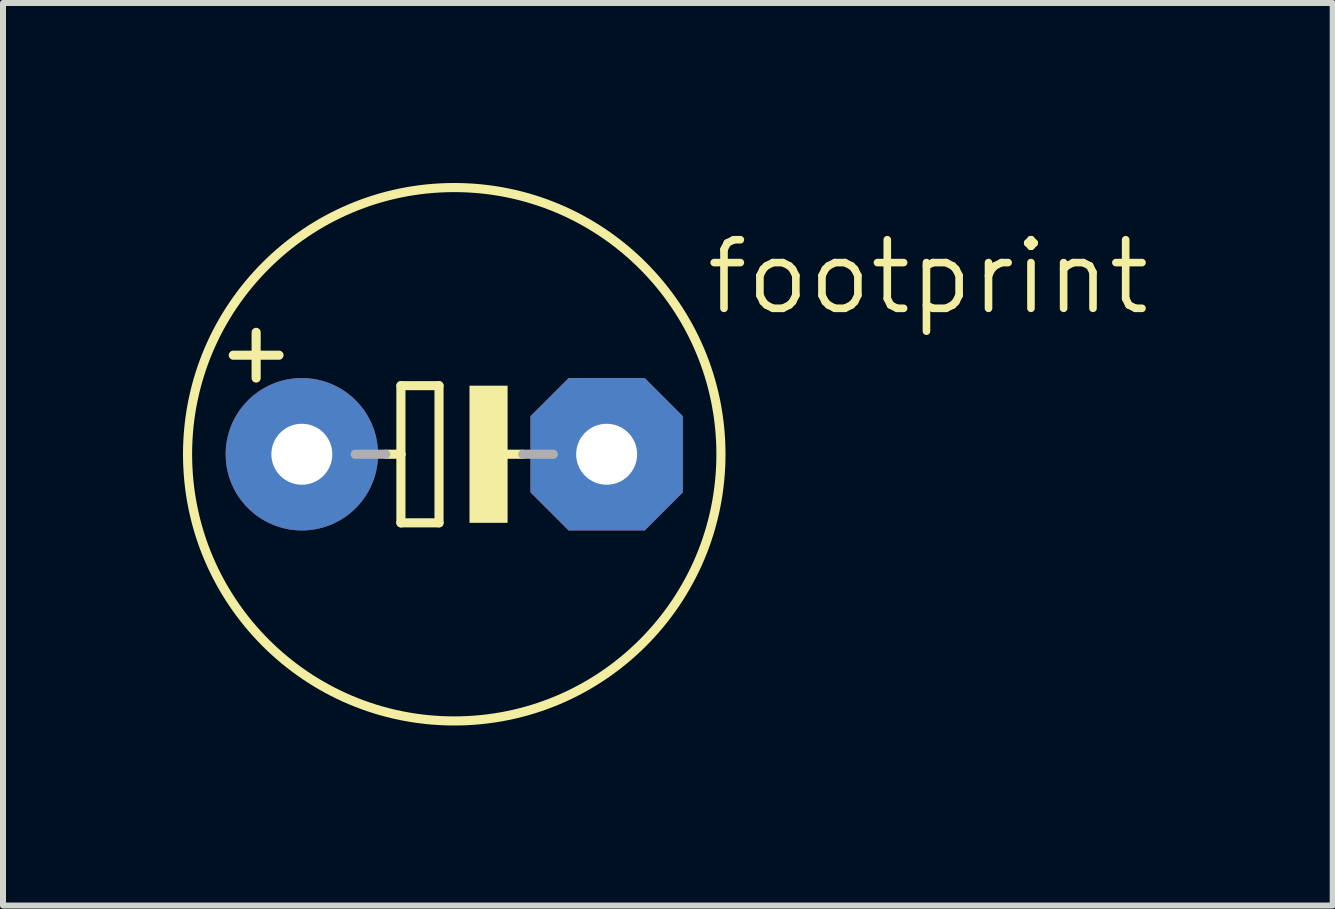
<source format=kicad_pcb>
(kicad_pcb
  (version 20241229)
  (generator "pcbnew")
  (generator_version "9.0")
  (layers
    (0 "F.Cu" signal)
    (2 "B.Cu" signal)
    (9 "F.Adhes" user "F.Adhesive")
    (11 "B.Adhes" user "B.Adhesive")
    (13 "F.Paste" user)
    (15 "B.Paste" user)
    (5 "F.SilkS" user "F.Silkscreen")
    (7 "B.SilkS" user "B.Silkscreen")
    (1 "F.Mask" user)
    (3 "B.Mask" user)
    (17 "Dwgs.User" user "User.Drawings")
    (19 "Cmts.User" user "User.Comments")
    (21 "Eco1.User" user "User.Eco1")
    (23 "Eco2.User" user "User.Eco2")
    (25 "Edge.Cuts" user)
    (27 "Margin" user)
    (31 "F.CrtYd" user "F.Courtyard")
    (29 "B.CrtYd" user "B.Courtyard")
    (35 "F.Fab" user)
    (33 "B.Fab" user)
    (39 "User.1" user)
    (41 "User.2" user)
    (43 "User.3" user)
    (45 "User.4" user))
  (footprint "footprint"
    (layer "F.Cu")
    (at 4.521 4.521)
    (property "Reference" "footprint" (at 4.14 -2.286 0) (layer "F.SilkS") (effects (font (size 1.143 1.143) (thickness 0.127)) (justify left bottom)))
    (fp_line (start -3.683 -1.651) (end -2.921 -1.651) (stroke (width 0.152) (type solid)) (layer "F.SilkS"))
    (fp_line (start -3.302 -2.032) (end -3.302 -1.27) (stroke (width 0.152) (type solid)) (layer "F.SilkS"))
    (fp_line (start -1.143 0) (end -0.889 0) (stroke (width 0.152) (type solid)) (layer "F.SilkS"))
    (fp_line (start -0.889 -1.143) (end -0.889 0) (stroke (width 0.152) (type solid)) (layer "F.SilkS"))
    (fp_line (start -0.889 0) (end -0.889 1.143) (stroke (width 0.152) (type solid)) (layer "F.SilkS"))
    (fp_line (start -0.889 1.143) (end -0.254 1.143) (stroke (width 0.152) (type solid)) (layer "F.SilkS"))
    (fp_line (start -0.254 -1.143) (end -0.889 -1.143) (stroke (width 0.152) (type solid)) (layer "F.SilkS"))
    (fp_line (start -0.254 1.143) (end -0.254 -1.143) (stroke (width 0.152) (type solid)) (layer "F.SilkS"))
    (fp_line (start 0.635 0) (end 1.143 0) (stroke (width 0.152) (type solid)) (layer "F.SilkS"))
    (fp_circle (center 0 0) (end 4.445 0) (stroke (width 0.152) (type solid)) (fill no) (layer "F.SilkS"))
    (fp_poly (pts (xy 0.254 1.143) (xy 0.889 1.143) (xy 0.889 -1.143) (xy 0.254 -1.143)) (stroke (width 0) (type solid)) (fill yes) (layer "F.SilkS"))
    (fp_line (start -1.651 0) (end -1.143 0) (stroke (width 0.152) (type solid)) (layer "F.Fab"))
    (fp_line (start 1.143 0) (end 1.651 0) (stroke (width 0.152) (type solid)) (layer "F.Fab"))
    (pad "+" thru_hole circle (at -2.54 0) (size 2.54 2.54) (drill 1.016) (layers "*.Cu" "*.Mask"))
    (pad "-" thru_hole roundrect (at 2.54 0) (size 2.54 2.54) (drill 1.016) (layers "*.Cu" "*.Mask") (roundrect_rratio 0.25) (chamfer_ratio 0.25) (chamfer top_left top_right bottom_left bottom_right)))
  (gr_rect
    (start -3 -3)
    (end 19.162 12.042)
    (stroke (width 0.1) (type default))
    (fill no)
    (layer "Edge.Cuts")))
</source>
